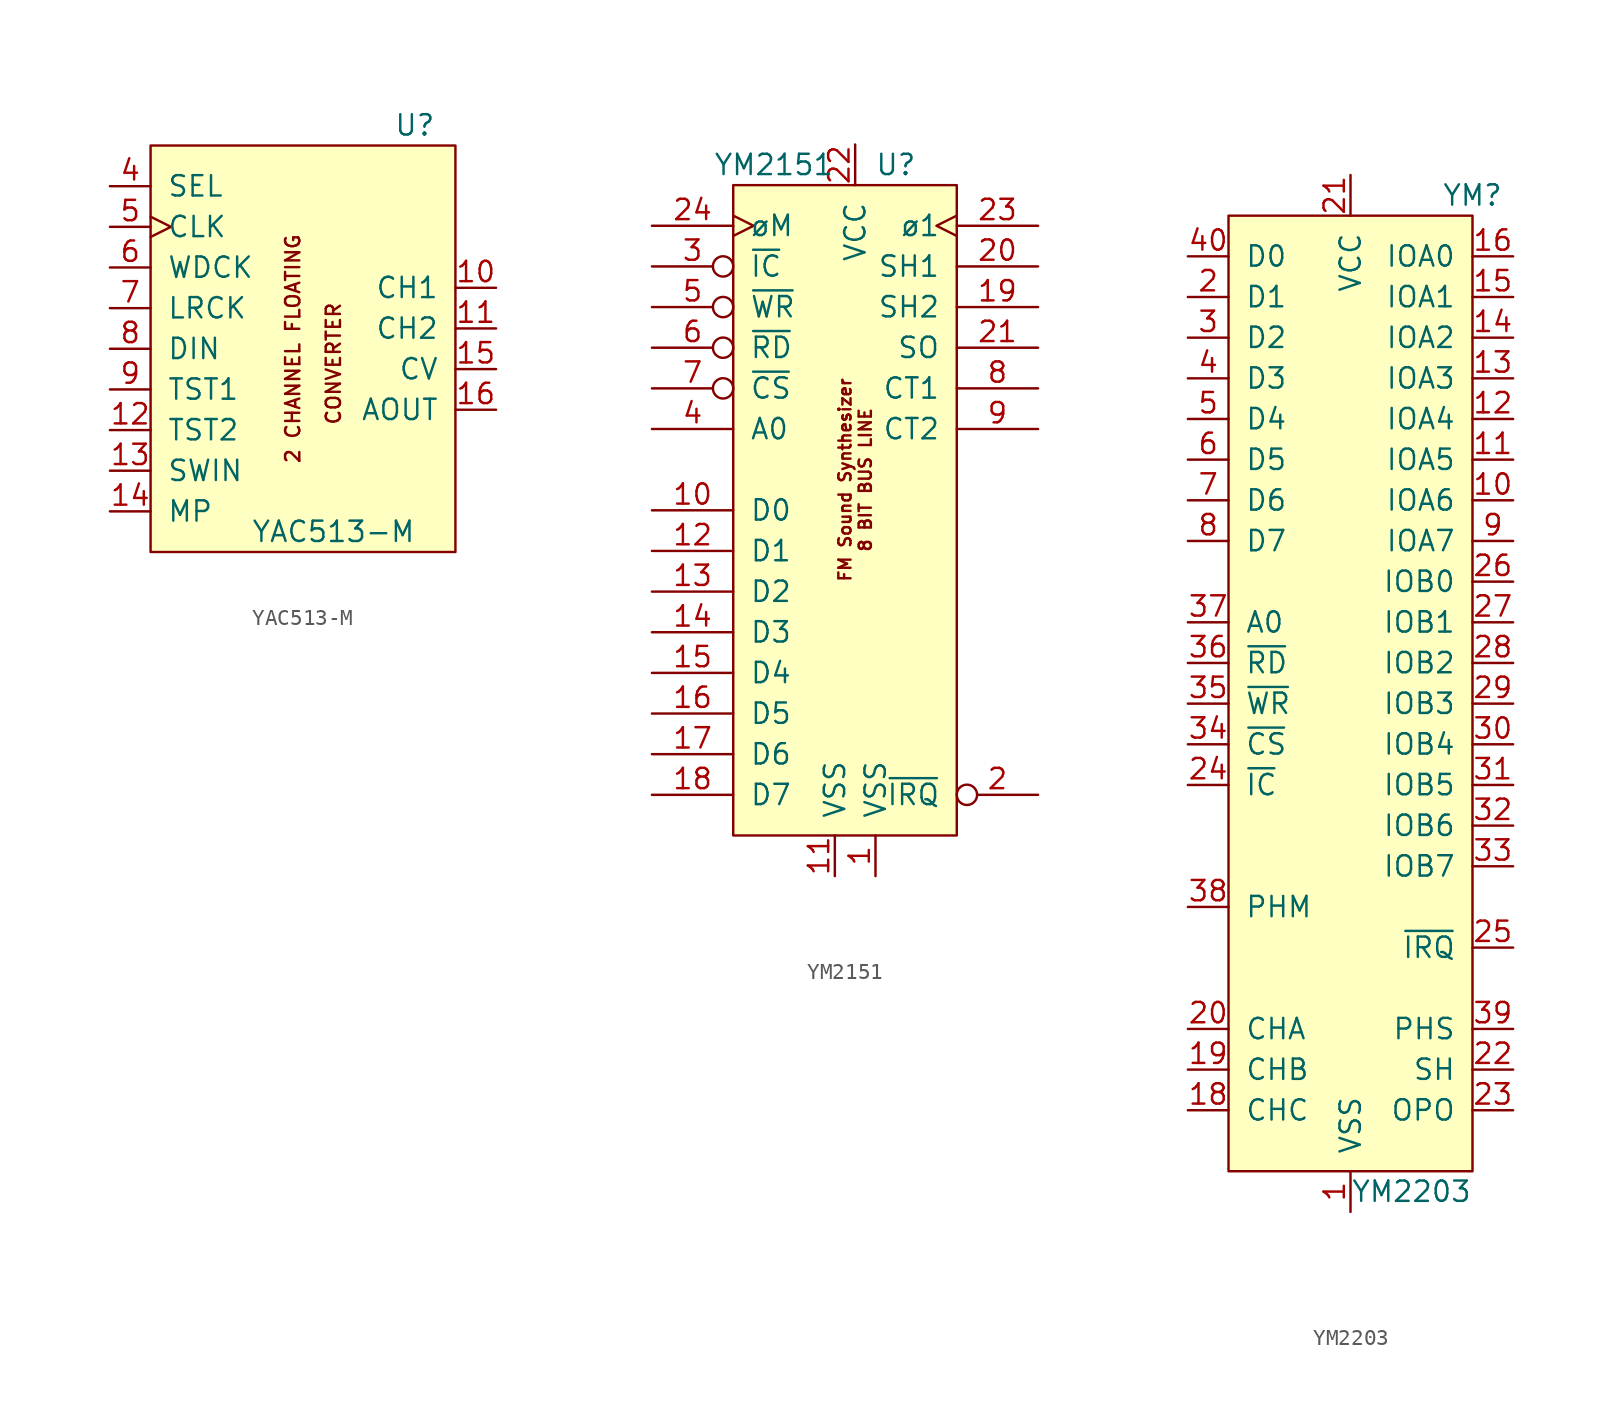
<source format=kicad_sym>
(kicad_symbol_lib
  (version 20211014)
  (generator kicad_symbol_editor)
  (symbol "YAC513-M"
    (pin_names
      (offset 1.016))
    (property "Reference" "U"
      (at 6.35 13.97 0)
      (effects (font (size 1.27 1.27))))
    (property "Value" "YAC513-M"
      (at 1.27 -11.43 0)
      (effects (font (size 1.27 1.27))))
    (symbol "YAC513-M_0_0"
      (text " CONVERTER" (at 1.27 -1.27 900) (effects (font (size 0.889 0.889))))
      (text "2 CHANNEL FLOATING" (at -1.27 0 900) (effects (font (size 0.889 0.889)))))
    (symbol "YAC513-M_0_1"
      (rectangle (start -10.16 12.7) (end 8.89 -12.7) (stroke (width 0) (type default) (color 0 0 0 0)) (fill (type background))))
    (symbol "YAC513-M_1_1"
      (pin power_in line (at -1.27 12.7 270) (length 2.54) hide (name "VCC" (effects (font (size 1.27 1.27)))) (number "1" (effects (font (size 1.27 1.27)))))
      (pin output line (at 11.43 3.81 180) (length 2.54) (name "CH1" (effects (font (size 1.27 1.27)))) (number "10" (effects (font (size 1.27 1.27)))))
      (pin output line (at 11.43 1.27 180) (length 2.54) (name "CH2" (effects (font (size 1.27 1.27)))) (number "11" (effects (font (size 1.27 1.27)))))
      (pin input line (at -12.7 -5.08 0) (length 2.54) (name "TST2" (effects (font (size 1.27 1.27)))) (number "12" (effects (font (size 1.27 1.27)))))
      (pin input line (at -12.7 -7.62 0) (length 2.54) (name "SWIN" (effects (font (size 1.27 1.27)))) (number "13" (effects (font (size 1.27 1.27)))))
      (pin input line (at -12.7 -10.16 0) (length 2.54) (name "MP" (effects (font (size 1.27 1.27)))) (number "14" (effects (font (size 1.27 1.27)))))
      (pin bidirectional line (at 11.43 -1.27 180) (length 2.54) (name "CV" (effects (font (size 1.27 1.27)))) (number "15" (effects (font (size 1.27 1.27)))))
      (pin output line (at 11.43 -3.81 180) (length 2.54) (name "AOUT" (effects (font (size 1.27 1.27)))) (number "16" (effects (font (size 1.27 1.27)))))
      (pin power_in line (at 0 -12.7 90) (length 2.54) hide (name "VSS" (effects (font (size 1.27 1.27)))) (number "2" (effects (font (size 1.27 1.27)))))
      (pin power_in line (at 1.27 12.7 270) (length 2.54) hide (name "VCC" (effects (font (size 1.27 1.27)))) (number "3" (effects (font (size 1.27 1.27)))))
      (pin input line (at -12.7 10.16 0) (length 2.54) (name "SEL" (effects (font (size 1.27 1.27)))) (number "4" (effects (font (size 1.27 1.27)))))
      (pin input clock (at -12.7 7.62 0) (length 2.54) (name "CLK" (effects (font (size 1.27 1.27)))) (number "5" (effects (font (size 1.27 1.27)))))
      (pin input line (at -12.7 5.08 0) (length 2.54) (name "WDCK" (effects (font (size 1.27 1.27)))) (number "6" (effects (font (size 1.27 1.27)))))
      (pin input line (at -12.7 2.54 0) (length 2.54) (name "LRCK" (effects (font (size 1.27 1.27)))) (number "7" (effects (font (size 1.27 1.27)))))
      (pin input line (at -12.7 0 0) (length 2.54) (name "DIN" (effects (font (size 1.27 1.27)))) (number "8" (effects (font (size 1.27 1.27)))))
      (pin input line (at -12.7 -2.54 0) (length 2.54) (name "TST1" (effects (font (size 1.27 1.27)))) (number "9" (effects (font (size 1.27 1.27)))))))
  (symbol "YM2151"
    (pin_names
      (offset 1.016))
    (property "Reference" "U"
      (at 2.54 20.32 0)
      (effects (font (size 1.27 1.27))))
    (property "Value" "YM2151"
      (at -5.08 20.32 0)
      (effects (font (size 1.27 1.27))))
    (symbol "YM2151_0_0"
      (text "8 BIT BUS LINE" (at 0.635 0.635 900) (effects (font (size 0.762 0.762))))
      (text "FM Sound Synthesizer" (at -0.635 0.635 900) (effects (font (size 0.762 0.762)))))
    (symbol "YM2151_0_1"
      (rectangle (start -7.62 19.05) (end 6.35 -21.59) (stroke (width 0) (type default) (color 0 0 0 0)) (fill (type background))))
    (symbol "YM2151_1_1"
      (pin power_in line (at 1.27 -24.13 90) (length 2.54) (name "VSS" (effects (font (size 1.27 1.27)))) (number "1" (effects (font (size 1.27 1.27)))))
      (pin tri_state line (at -12.7 -1.27 0) (length 5.08) (name "D0" (effects (font (size 1.27 1.27)))) (number "10" (effects (font (size 1.27 1.27)))))
      (pin power_in line (at -1.27 -24.13 90) (length 2.54) (name "VSS" (effects (font (size 1.27 1.27)))) (number "11" (effects (font (size 1.27 1.27)))))
      (pin tri_state line (at -12.7 -3.81 0) (length 5.08) (name "D1" (effects (font (size 1.27 1.27)))) (number "12" (effects (font (size 1.27 1.27)))))
      (pin tri_state line (at -12.7 -6.35 0) (length 5.08) (name "D2" (effects (font (size 1.27 1.27)))) (number "13" (effects (font (size 1.27 1.27)))))
      (pin tri_state line (at -12.7 -8.89 0) (length 5.08) (name "D3" (effects (font (size 1.27 1.27)))) (number "14" (effects (font (size 1.27 1.27)))))
      (pin tri_state line (at -12.7 -11.43 0) (length 5.08) (name "D4" (effects (font (size 1.27 1.27)))) (number "15" (effects (font (size 1.27 1.27)))))
      (pin tri_state line (at -12.7 -13.97 0) (length 5.08) (name "D5" (effects (font (size 1.27 1.27)))) (number "16" (effects (font (size 1.27 1.27)))))
      (pin tri_state line (at -12.7 -16.51 0) (length 5.08) (name "D6" (effects (font (size 1.27 1.27)))) (number "17" (effects (font (size 1.27 1.27)))))
      (pin tri_state line (at -12.7 -19.05 0) (length 5.08) (name "D7" (effects (font (size 1.27 1.27)))) (number "18" (effects (font (size 1.27 1.27)))))
      (pin output line (at 11.43 11.43 180) (length 5.08) (name "SH2" (effects (font (size 1.27 1.27)))) (number "19" (effects (font (size 1.27 1.27)))))
      (pin open_collector inverted (at 11.43 -19.05 180) (length 5.08) (name "~{IRQ}" (effects (font (size 1.27 1.27)))) (number "2" (effects (font (size 1.27 1.27)))))
      (pin output line (at 11.43 13.97 180) (length 5.08) (name "SH1" (effects (font (size 1.27 1.27)))) (number "20" (effects (font (size 1.27 1.27)))))
      (pin output line (at 11.43 8.89 180) (length 5.08) (name "SO" (effects (font (size 1.27 1.27)))) (number "21" (effects (font (size 1.27 1.27)))))
      (pin power_in line (at 0 21.59 270) (length 2.54) (name "VCC" (effects (font (size 1.27 1.27)))) (number "22" (effects (font (size 1.27 1.27)))))
      (pin output clock (at 11.43 16.51 180) (length 5.08) (name "ø1" (effects (font (size 1.27 1.27)))) (number "23" (effects (font (size 1.27 1.27)))))
      (pin input clock (at -12.7 16.51 0) (length 5.08) (name "øM" (effects (font (size 1.27 1.27)))) (number "24" (effects (font (size 1.27 1.27)))))
      (pin input inverted (at -12.7 13.97 0) (length 5.08) (name "~{IC}" (effects (font (size 1.27 1.27)))) (number "3" (effects (font (size 1.27 1.27)))))
      (pin input line (at -12.7 3.81 0) (length 5.08) (name "A0" (effects (font (size 1.27 1.27)))) (number "4" (effects (font (size 1.27 1.27)))))
      (pin input inverted (at -12.7 11.43 0) (length 5.08) (name "~{WR}" (effects (font (size 1.27 1.27)))) (number "5" (effects (font (size 1.27 1.27)))))
      (pin input inverted (at -12.7 8.89 0) (length 5.08) (name "~{RD}" (effects (font (size 1.27 1.27)))) (number "6" (effects (font (size 1.27 1.27)))))
      (pin input inverted (at -12.7 6.35 0) (length 5.08) (name "~{CS}" (effects (font (size 1.27 1.27)))) (number "7" (effects (font (size 1.27 1.27)))))
      (pin output line (at 11.43 6.35 180) (length 5.08) (name "CT1" (effects (font (size 1.27 1.27)))) (number "8" (effects (font (size 1.27 1.27)))))
      (pin output line (at 11.43 3.81 180) (length 5.08) (name "CT2" (effects (font (size 1.27 1.27)))) (number "9" (effects (font (size 1.27 1.27)))))))
  (symbol "YM2203"
    (pin_names
      (offset 1.016))
    (property "Reference" "YM"
      (at 7.62 24.13 0)
      (effects (font (size 1.27 1.27))))
    (property "Value" "YM2203"
      (at 3.81 -38.1 0)
      (effects (font (size 1.27 1.27))))
    (symbol "YM2203_0_1"
      (rectangle (start -7.62 22.86) (end 7.62 -36.83) (stroke (width 0) (type default) (color 0 0 0 0)) (fill (type background))))
    (symbol "YM2203_1_1"
      (pin power_in line (at 0 -39.37 90) (length 2.54) (name "VSS" (effects (font (size 1.27 1.27)))) (number "1" (effects (font (size 1.27 1.27)))))
      (pin bidirectional line (at 10.16 5.08 180) (length 2.54) (name "IOA6" (effects (font (size 1.27 1.27)))) (number "10" (effects (font (size 1.27 1.27)))))
      (pin bidirectional line (at 10.16 7.62 180) (length 2.54) (name "IOA5" (effects (font (size 1.27 1.27)))) (number "11" (effects (font (size 1.27 1.27)))))
      (pin bidirectional line (at 10.16 10.16 180) (length 2.54) (name "IOA4" (effects (font (size 1.27 1.27)))) (number "12" (effects (font (size 1.27 1.27)))))
      (pin bidirectional line (at 10.16 12.7 180) (length 2.54) (name "IOA3" (effects (font (size 1.27 1.27)))) (number "13" (effects (font (size 1.27 1.27)))))
      (pin bidirectional line (at 10.16 15.24 180) (length 2.54) (name "IOA2" (effects (font (size 1.27 1.27)))) (number "14" (effects (font (size 1.27 1.27)))))
      (pin bidirectional line (at 10.16 17.78 180) (length 2.54) (name "IOA1" (effects (font (size 1.27 1.27)))) (number "15" (effects (font (size 1.27 1.27)))))
      (pin bidirectional line (at 10.16 20.32 180) (length 2.54) (name "IOA0" (effects (font (size 1.27 1.27)))) (number "16" (effects (font (size 1.27 1.27)))))
      (pin passive line (at -10.16 -33.02 0) (length 2.54) (name "CHC" (effects (font (size 1.27 1.27)))) (number "18" (effects (font (size 1.27 1.27)))))
      (pin passive line (at -10.16 -30.48 0) (length 2.54) (name "CHB" (effects (font (size 1.27 1.27)))) (number "19" (effects (font (size 1.27 1.27)))))
      (pin tri_state line (at -10.16 17.78 0) (length 2.54) (name "D1" (effects (font (size 1.27 1.27)))) (number "2" (effects (font (size 1.27 1.27)))))
      (pin passive line (at -10.16 -27.94 0) (length 2.54) (name "CHA" (effects (font (size 1.27 1.27)))) (number "20" (effects (font (size 1.27 1.27)))))
      (pin power_in line (at 0 25.4 270) (length 2.54) (name "VCC" (effects (font (size 1.27 1.27)))) (number "21" (effects (font (size 1.27 1.27)))))
      (pin output line (at 10.16 -30.48 180) (length 2.54) (name "SH" (effects (font (size 1.27 1.27)))) (number "22" (effects (font (size 1.27 1.27)))))
      (pin output line (at 10.16 -33.02 180) (length 2.54) (name "OPO" (effects (font (size 1.27 1.27)))) (number "23" (effects (font (size 1.27 1.27)))))
      (pin input line (at -10.16 -12.7 0) (length 2.54) (name "~{IC}" (effects (font (size 1.27 1.27)))) (number "24" (effects (font (size 1.27 1.27)))))
      (pin output line (at 10.16 -22.86 180) (length 2.54) (name "~{IRQ}" (effects (font (size 1.27 1.27)))) (number "25" (effects (font (size 1.27 1.27)))))
      (pin bidirectional line (at 10.16 0 180) (length 2.54) (name "IOB0" (effects (font (size 1.27 1.27)))) (number "26" (effects (font (size 1.27 1.27)))))
      (pin bidirectional line (at 10.16 -2.54 180) (length 2.54) (name "IOB1" (effects (font (size 1.27 1.27)))) (number "27" (effects (font (size 1.27 1.27)))))
      (pin bidirectional line (at 10.16 -5.08 180) (length 2.54) (name "IOB2" (effects (font (size 1.27 1.27)))) (number "28" (effects (font (size 1.27 1.27)))))
      (pin bidirectional line (at 10.16 -7.62 180) (length 2.54) (name "IOB3" (effects (font (size 1.27 1.27)))) (number "29" (effects (font (size 1.27 1.27)))))
      (pin tri_state line (at -10.16 15.24 0) (length 2.54) (name "D2" (effects (font (size 1.27 1.27)))) (number "3" (effects (font (size 1.27 1.27)))))
      (pin bidirectional line (at 10.16 -10.16 180) (length 2.54) (name "IOB4" (effects (font (size 1.27 1.27)))) (number "30" (effects (font (size 1.27 1.27)))))
      (pin bidirectional line (at 10.16 -12.7 180) (length 2.54) (name "IOB5" (effects (font (size 1.27 1.27)))) (number "31" (effects (font (size 1.27 1.27)))))
      (pin bidirectional line (at 10.16 -15.24 180) (length 2.54) (name "IOB6" (effects (font (size 1.27 1.27)))) (number "32" (effects (font (size 1.27 1.27)))))
      (pin bidirectional line (at 10.16 -17.78 180) (length 2.54) (name "IOB7" (effects (font (size 1.27 1.27)))) (number "33" (effects (font (size 1.27 1.27)))))
      (pin input line (at -10.16 -10.16 0) (length 2.54) (name "~{CS}" (effects (font (size 1.27 1.27)))) (number "34" (effects (font (size 1.27 1.27)))))
      (pin input line (at -10.16 -7.62 0) (length 2.54) (name "~{WR}" (effects (font (size 1.27 1.27)))) (number "35" (effects (font (size 1.27 1.27)))))
      (pin input line (at -10.16 -5.08 0) (length 2.54) (name "~{RD}" (effects (font (size 1.27 1.27)))) (number "36" (effects (font (size 1.27 1.27)))))
      (pin input line (at -10.16 -2.54 0) (length 2.54) (name "A0" (effects (font (size 1.27 1.27)))) (number "37" (effects (font (size 1.27 1.27)))))
      (pin input line (at -10.16 -20.32 0) (length 2.54) (name "PHM" (effects (font (size 1.27 1.27)))) (number "38" (effects (font (size 1.27 1.27)))))
      (pin output line (at 10.16 -27.94 180) (length 2.54) (name "PHS" (effects (font (size 1.27 1.27)))) (number "39" (effects (font (size 1.27 1.27)))))
      (pin tri_state line (at -10.16 12.7 0) (length 2.54) (name "D3" (effects (font (size 1.27 1.27)))) (number "4" (effects (font (size 1.27 1.27)))))
      (pin tri_state line (at -10.16 20.32 0) (length 2.54) (name "D0" (effects (font (size 1.27 1.27)))) (number "40" (effects (font (size 1.27 1.27)))))
      (pin tri_state line (at -10.16 10.16 0) (length 2.54) (name "D4" (effects (font (size 1.27 1.27)))) (number "5" (effects (font (size 1.27 1.27)))))
      (pin tri_state line (at -10.16 7.62 0) (length 2.54) (name "D5" (effects (font (size 1.27 1.27)))) (number "6" (effects (font (size 1.27 1.27)))))
      (pin tri_state line (at -10.16 5.08 0) (length 2.54) (name "D6" (effects (font (size 1.27 1.27)))) (number "7" (effects (font (size 1.27 1.27)))))
      (pin tri_state line (at -10.16 2.54 0) (length 2.54) (name "D7" (effects (font (size 1.27 1.27)))) (number "8" (effects (font (size 1.27 1.27)))))
      (pin bidirectional line (at 10.16 2.54 180) (length 2.54) (name "IOA7" (effects (font (size 1.27 1.27)))) (number "9" (effects (font (size 1.27 1.27))))))))
</source>
